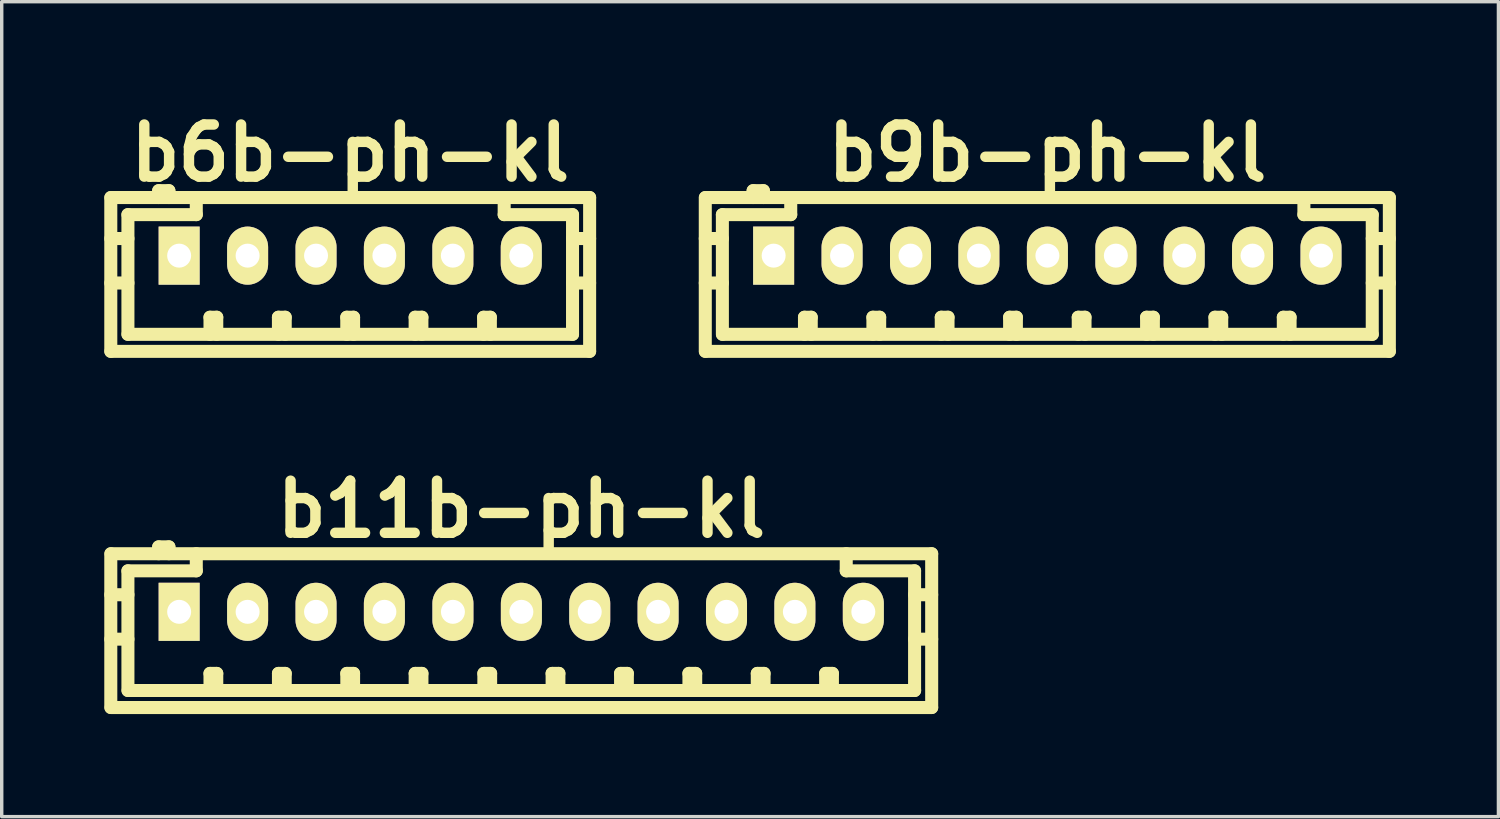
<source format=kicad_pcb>
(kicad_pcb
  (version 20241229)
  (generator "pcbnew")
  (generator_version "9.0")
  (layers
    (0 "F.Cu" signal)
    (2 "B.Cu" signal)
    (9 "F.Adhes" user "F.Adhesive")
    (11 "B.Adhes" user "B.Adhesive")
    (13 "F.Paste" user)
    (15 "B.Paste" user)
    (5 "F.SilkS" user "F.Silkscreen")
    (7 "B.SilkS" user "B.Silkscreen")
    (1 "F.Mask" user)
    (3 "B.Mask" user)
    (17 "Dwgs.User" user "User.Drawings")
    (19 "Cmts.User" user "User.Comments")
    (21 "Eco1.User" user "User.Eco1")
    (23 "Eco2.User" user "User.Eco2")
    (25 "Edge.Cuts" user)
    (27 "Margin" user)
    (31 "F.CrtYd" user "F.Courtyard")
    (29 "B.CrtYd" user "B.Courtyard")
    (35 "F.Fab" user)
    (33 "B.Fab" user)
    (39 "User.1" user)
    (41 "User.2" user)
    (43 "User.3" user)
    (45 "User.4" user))
  (footprint "b6b-ph-kl"
    (layer "F.Cu")
    (at 7.193 4.426)
    (property "Reference" "b6b-ph-kl" (at 0 -3 0) (layer "F.SilkS") (effects (font (size 1.524 1.524) (thickness 0.305))))
    (attr through_hole)
    (fp_line (start -7.003 -1.699) (end -7.003 2.799) (stroke (width 0.381) (type solid)) (layer "F.SilkS"))
    (fp_line (start -7 2.799) (end 7 2.799) (stroke (width 0.381) (type solid)) (layer "F.SilkS"))
    (fp_line (start -6.502 -1.199) (end -6.502 2.301) (stroke (width 0.381) (type solid)) (layer "F.SilkS"))
    (fp_line (start -6.502 -0.5) (end -7.003 -0.5) (stroke (width 0.381) (type solid)) (layer "F.SilkS"))
    (fp_line (start -6.502 0.8) (end -7.003 0.8) (stroke (width 0.381) (type solid)) (layer "F.SilkS"))
    (fp_line (start -5.603 -1.9) (end -5.603 -1.699) (stroke (width 0.381) (type solid)) (layer "F.SilkS"))
    (fp_line (start -5.304 -1.9) (end -5.603 -1.9) (stroke (width 0.381) (type solid)) (layer "F.SilkS"))
    (fp_line (start -5.304 -1.699) (end -5.304 -1.9) (stroke (width 0.381) (type solid)) (layer "F.SilkS"))
    (fp_line (start -4.503 -1.699) (end -4.503 -1.199) (stroke (width 0.381) (type solid)) (layer "F.SilkS"))
    (fp_line (start -4.503 -1.199) (end -6.502 -1.199) (stroke (width 0.381) (type solid)) (layer "F.SilkS"))
    (fp_line (start -4.102 1.801) (end -3.904 1.801) (stroke (width 0.381) (type solid)) (layer "F.SilkS"))
    (fp_line (start -4.102 2.301) (end -4.102 1.801) (stroke (width 0.381) (type solid)) (layer "F.SilkS"))
    (fp_line (start -3.904 1.801) (end -3.904 2.301) (stroke (width 0.381) (type solid)) (layer "F.SilkS"))
    (fp_line (start -2.101 1.801) (end -1.902 1.801) (stroke (width 0.381) (type solid)) (layer "F.SilkS"))
    (fp_line (start -2.101 2.301) (end -2.101 1.801) (stroke (width 0.381) (type solid)) (layer "F.SilkS"))
    (fp_line (start -1.902 1.801) (end -1.902 2.301) (stroke (width 0.381) (type solid)) (layer "F.SilkS"))
    (fp_line (start -0.102 1.801) (end 0.097 1.801) (stroke (width 0.381) (type solid)) (layer "F.SilkS"))
    (fp_line (start -0.102 2.301) (end -0.102 1.801) (stroke (width 0.381) (type solid)) (layer "F.SilkS"))
    (fp_line (start 0.097 1.801) (end 0.097 2.301) (stroke (width 0.381) (type solid)) (layer "F.SilkS"))
    (fp_line (start 1.897 1.801) (end 2.095 1.801) (stroke (width 0.381) (type solid)) (layer "F.SilkS"))
    (fp_line (start 1.897 2.301) (end 1.897 1.801) (stroke (width 0.381) (type solid)) (layer "F.SilkS"))
    (fp_line (start 2.095 1.801) (end 2.095 2.301) (stroke (width 0.381) (type solid)) (layer "F.SilkS"))
    (fp_line (start 3.899 1.801) (end 4.097 1.801) (stroke (width 0.381) (type solid)) (layer "F.SilkS"))
    (fp_line (start 3.899 2.301) (end 3.899 1.801) (stroke (width 0.381) (type solid)) (layer "F.SilkS"))
    (fp_line (start 4.097 1.801) (end 4.097 2.301) (stroke (width 0.381) (type solid)) (layer "F.SilkS"))
    (fp_line (start 4.501 -1.199) (end 4.501 -1.699) (stroke (width 0.381) (type solid)) (layer "F.SilkS"))
    (fp_line (start 6.5 -1.199) (end 4.501 -1.199) (stroke (width 0.381) (type solid)) (layer "F.SilkS"))
    (fp_line (start 6.5 0.8) (end 7 0.8) (stroke (width 0.381) (type solid)) (layer "F.SilkS"))
    (fp_line (start 6.5 2.301) (end -6.5 2.301) (stroke (width 0.381) (type solid)) (layer "F.SilkS"))
    (fp_line (start 6.5 2.301) (end 6.5 -1.199) (stroke (width 0.381) (type solid)) (layer "F.SilkS"))
    (fp_line (start 7 -1.699) (end -7 -1.699) (stroke (width 0.381) (type solid)) (layer "F.SilkS"))
    (fp_line (start 7 -1.699) (end 7 2.799) (stroke (width 0.381) (type solid)) (layer "F.SilkS"))
    (fp_line (start 7 -0.5) (end 6.5 -0.5) (stroke (width 0.381) (type solid)) (layer "F.SilkS"))
    (pad "1" thru_hole rect (at -5.004 0) (size 1.199 1.699) (drill 0.701) (layers "*.Cu" "*.Mask" "F.SilkS"))
    (pad "2" thru_hole oval (at -3.002 0) (size 1.199 1.699) (drill 0.701) (layers "*.Cu" "*.Mask" "F.SilkS"))
    (pad "3" thru_hole oval (at -1.001 0) (size 1.199 1.699) (drill 0.701) (layers "*.Cu" "*.Mask" "F.SilkS"))
    (pad "4" thru_hole oval (at 0.998 0) (size 1.199 1.699) (drill 0.701) (layers "*.Cu" "*.Mask" "F.SilkS"))
    (pad "5" thru_hole oval (at 3 0) (size 1.199 1.699) (drill 0.701) (layers "*.Cu" "*.Mask" "F.SilkS"))
    (pad "6" thru_hole oval (at 5.001 0) (size 1.199 1.699) (drill 0.701) (layers "*.Cu" "*.Mask" "F.SilkS")))
  (footprint "b11b-ph-kl"
    (layer "F.Cu")
    (at 12.197 14.842)
    (property "Reference" "b11b-ph-kl" (at 0 -3 0) (layer "F.SilkS") (effects (font (size 1.524 1.524) (thickness 0.305))))
    (attr through_hole)
    (fp_line (start -12.007 -1.699) (end -12.007 2.799) (stroke (width 0.381) (type solid)) (layer "F.SilkS"))
    (fp_line (start -11.506 -1.199) (end -11.506 2.301) (stroke (width 0.381) (type solid)) (layer "F.SilkS"))
    (fp_line (start -11.506 -0.5) (end -12.007 -0.5) (stroke (width 0.381) (type solid)) (layer "F.SilkS"))
    (fp_line (start -11.506 0.8) (end -12.007 0.8) (stroke (width 0.381) (type solid)) (layer "F.SilkS"))
    (fp_line (start -11.501 2.301) (end 11.501 2.301) (stroke (width 0.381) (type solid)) (layer "F.SilkS"))
    (fp_line (start -10.607 -1.9) (end -10.607 -1.699) (stroke (width 0.381) (type solid)) (layer "F.SilkS"))
    (fp_line (start -10.307 -1.9) (end -10.607 -1.9) (stroke (width 0.381) (type solid)) (layer "F.SilkS"))
    (fp_line (start -10.307 -1.699) (end -10.307 -1.9) (stroke (width 0.381) (type solid)) (layer "F.SilkS"))
    (fp_line (start -9.507 -1.699) (end -9.507 -1.199) (stroke (width 0.381) (type solid)) (layer "F.SilkS"))
    (fp_line (start -9.507 -1.199) (end -11.506 -1.199) (stroke (width 0.381) (type solid)) (layer "F.SilkS"))
    (fp_line (start -9.106 1.801) (end -8.908 1.801) (stroke (width 0.381) (type solid)) (layer "F.SilkS"))
    (fp_line (start -9.106 2.301) (end -9.106 1.801) (stroke (width 0.381) (type solid)) (layer "F.SilkS"))
    (fp_line (start -8.908 1.801) (end -8.908 2.301) (stroke (width 0.381) (type solid)) (layer "F.SilkS"))
    (fp_line (start -7.104 1.801) (end -6.906 1.801) (stroke (width 0.381) (type solid)) (layer "F.SilkS"))
    (fp_line (start -7.104 2.301) (end -7.104 1.801) (stroke (width 0.381) (type solid)) (layer "F.SilkS"))
    (fp_line (start -6.906 1.801) (end -6.906 2.301) (stroke (width 0.381) (type solid)) (layer "F.SilkS"))
    (fp_line (start -5.105 1.801) (end -4.907 1.801) (stroke (width 0.381) (type solid)) (layer "F.SilkS"))
    (fp_line (start -5.105 2.301) (end -5.105 1.801) (stroke (width 0.381) (type solid)) (layer "F.SilkS"))
    (fp_line (start -4.907 1.801) (end -4.907 2.301) (stroke (width 0.381) (type solid)) (layer "F.SilkS"))
    (fp_line (start -3.106 1.801) (end -2.908 1.801) (stroke (width 0.381) (type solid)) (layer "F.SilkS"))
    (fp_line (start -3.106 2.301) (end -3.106 1.801) (stroke (width 0.381) (type solid)) (layer "F.SilkS"))
    (fp_line (start -2.908 1.801) (end -2.908 2.301) (stroke (width 0.381) (type solid)) (layer "F.SilkS"))
    (fp_line (start -1.097 1.801) (end -0.899 1.801) (stroke (width 0.381) (type solid)) (layer "F.SilkS"))
    (fp_line (start -1.097 2.301) (end -1.097 1.801) (stroke (width 0.381) (type solid)) (layer "F.SilkS"))
    (fp_line (start -0.899 1.801) (end -0.899 2.301) (stroke (width 0.381) (type solid)) (layer "F.SilkS"))
    (fp_line (start 0.899 1.801) (end 1.097 1.801) (stroke (width 0.381) (type solid)) (layer "F.SilkS"))
    (fp_line (start 0.899 2.301) (end 0.899 1.801) (stroke (width 0.381) (type solid)) (layer "F.SilkS"))
    (fp_line (start 1.097 1.801) (end 1.097 2.301) (stroke (width 0.381) (type solid)) (layer "F.SilkS"))
    (fp_line (start 2.901 1.801) (end 3.099 1.801) (stroke (width 0.381) (type solid)) (layer "F.SilkS"))
    (fp_line (start 2.901 2.301) (end 2.901 1.801) (stroke (width 0.381) (type solid)) (layer "F.SilkS"))
    (fp_line (start 3.099 1.801) (end 3.099 2.301) (stroke (width 0.381) (type solid)) (layer "F.SilkS"))
    (fp_line (start 4.9 1.801) (end 5.098 1.801) (stroke (width 0.381) (type solid)) (layer "F.SilkS"))
    (fp_line (start 4.9 2.301) (end 4.9 1.801) (stroke (width 0.381) (type solid)) (layer "F.SilkS"))
    (fp_line (start 5.098 1.801) (end 5.098 2.301) (stroke (width 0.381) (type solid)) (layer "F.SilkS"))
    (fp_line (start 6.899 1.801) (end 7.097 1.801) (stroke (width 0.381) (type solid)) (layer "F.SilkS"))
    (fp_line (start 6.899 2.301) (end 6.899 1.801) (stroke (width 0.381) (type solid)) (layer "F.SilkS"))
    (fp_line (start 7.097 1.801) (end 7.097 2.301) (stroke (width 0.381) (type solid)) (layer "F.SilkS"))
    (fp_line (start 8.898 1.801) (end 9.096 1.801) (stroke (width 0.381) (type solid)) (layer "F.SilkS"))
    (fp_line (start 8.898 2.301) (end 8.898 1.801) (stroke (width 0.381) (type solid)) (layer "F.SilkS"))
    (fp_line (start 9.096 1.801) (end 9.096 2.301) (stroke (width 0.381) (type solid)) (layer "F.SilkS"))
    (fp_line (start 9.5 -1.199) (end 9.5 -1.699) (stroke (width 0.381) (type solid)) (layer "F.SilkS"))
    (fp_line (start 11.499 -1.199) (end 9.5 -1.199) (stroke (width 0.381) (type solid)) (layer "F.SilkS"))
    (fp_line (start 11.499 0.8) (end 11.999 0.8) (stroke (width 0.381) (type solid)) (layer "F.SilkS"))
    (fp_line (start 11.499 2.301) (end 11.499 -1.199) (stroke (width 0.381) (type solid)) (layer "F.SilkS"))
    (fp_line (start 11.999 -1.699) (end -11.999 -1.699) (stroke (width 0.381) (type solid)) (layer "F.SilkS"))
    (fp_line (start 11.999 -1.699) (end 11.999 2.799) (stroke (width 0.381) (type solid)) (layer "F.SilkS"))
    (fp_line (start 11.999 -0.5) (end 11.499 -0.5) (stroke (width 0.381) (type solid)) (layer "F.SilkS"))
    (fp_line (start 11.999 2.799) (end -11.999 2.799) (stroke (width 0.381) (type solid)) (layer "F.SilkS"))
    (pad "1" thru_hole rect (at -10.008 0) (size 1.199 1.699) (drill 0.701) (layers "*.Cu" "*.Mask" "F.SilkS"))
    (pad "2" thru_hole oval (at -8.006 0) (size 1.199 1.699) (drill 0.701) (layers "*.Cu" "*.Mask" "F.SilkS"))
    (pad "3" thru_hole oval (at -6.005 0) (size 1.199 1.699) (drill 0.701) (layers "*.Cu" "*.Mask" "F.SilkS"))
    (pad "4" thru_hole oval (at -4.006 0) (size 1.199 1.699) (drill 0.701) (layers "*.Cu" "*.Mask" "F.SilkS"))
    (pad "5" thru_hole oval (at -2.002 0) (size 1.199 1.699) (drill 0.701) (layers "*.Cu" "*.Mask" "F.SilkS"))
    (pad "6" thru_hole oval (at 0 0) (size 1.199 1.699) (drill 0.701) (layers "*.Cu" "*.Mask" "F.SilkS"))
    (pad "7" thru_hole oval (at 1.999 0) (size 1.199 1.699) (drill 0.701) (layers "*.Cu" "*.Mask" "F.SilkS"))
    (pad "8" thru_hole oval (at 3.998 0) (size 1.199 1.699) (drill 0.701) (layers "*.Cu" "*.Mask" "F.SilkS"))
    (pad "9" thru_hole oval (at 5.999 0) (size 1.199 1.699) (drill 0.701) (layers "*.Cu" "*.Mask" "F.SilkS"))
    (pad "10" thru_hole oval (at 7.998 0) (size 1.199 1.699) (drill 0.701) (layers "*.Cu" "*.Mask" "F.SilkS"))
    (pad "11" thru_hole oval (at 10 0) (size 1.199 1.699) (drill 0.701) (layers "*.Cu" "*.Mask" "F.SilkS")))
  (footprint "b9b-ph-kl"
    (layer "F.Cu")
    (at 27.58 4.426)
    (property "Reference" "b9b-ph-kl" (at 0 -3 0) (layer "F.SilkS") (effects (font (size 1.524 1.524) (thickness 0.305))))
    (attr through_hole)
    (fp_line (start -10.005 -1.699) (end -10.005 2.799) (stroke (width 0.381) (type solid)) (layer "F.SilkS"))
    (fp_line (start -9.505 -1.199) (end -9.505 2.301) (stroke (width 0.381) (type solid)) (layer "F.SilkS"))
    (fp_line (start -9.505 -0.5) (end -10.005 -0.5) (stroke (width 0.381) (type solid)) (layer "F.SilkS"))
    (fp_line (start -9.505 0.8) (end -10.005 0.8) (stroke (width 0.381) (type solid)) (layer "F.SilkS"))
    (fp_line (start -9.5 2.301) (end 9.5 2.301) (stroke (width 0.381) (type solid)) (layer "F.SilkS"))
    (fp_line (start -8.606 -1.9) (end -8.606 -1.699) (stroke (width 0.381) (type solid)) (layer "F.SilkS"))
    (fp_line (start -8.306 -1.9) (end -8.606 -1.9) (stroke (width 0.381) (type solid)) (layer "F.SilkS"))
    (fp_line (start -8.306 -1.699) (end -8.306 -1.9) (stroke (width 0.381) (type solid)) (layer "F.SilkS"))
    (fp_line (start -7.506 -1.699) (end -7.506 -1.199) (stroke (width 0.381) (type solid)) (layer "F.SilkS"))
    (fp_line (start -7.506 -1.199) (end -9.505 -1.199) (stroke (width 0.381) (type solid)) (layer "F.SilkS"))
    (fp_line (start -7.104 1.801) (end -6.906 1.801) (stroke (width 0.381) (type solid)) (layer "F.SilkS"))
    (fp_line (start -7.104 2.301) (end -7.104 1.801) (stroke (width 0.381) (type solid)) (layer "F.SilkS"))
    (fp_line (start -6.906 1.801) (end -6.906 2.301) (stroke (width 0.381) (type solid)) (layer "F.SilkS"))
    (fp_line (start -5.103 1.801) (end -4.905 1.801) (stroke (width 0.381) (type solid)) (layer "F.SilkS"))
    (fp_line (start -5.103 2.301) (end -5.103 1.801) (stroke (width 0.381) (type solid)) (layer "F.SilkS"))
    (fp_line (start -4.905 1.801) (end -4.905 2.301) (stroke (width 0.381) (type solid)) (layer "F.SilkS"))
    (fp_line (start -3.104 1.801) (end -2.906 1.801) (stroke (width 0.381) (type solid)) (layer "F.SilkS"))
    (fp_line (start -3.104 2.301) (end -3.104 1.801) (stroke (width 0.381) (type solid)) (layer "F.SilkS"))
    (fp_line (start -2.906 1.801) (end -2.906 2.301) (stroke (width 0.381) (type solid)) (layer "F.SilkS"))
    (fp_line (start -1.105 1.801) (end -0.907 1.801) (stroke (width 0.381) (type solid)) (layer "F.SilkS"))
    (fp_line (start -1.105 2.301) (end -1.105 1.801) (stroke (width 0.381) (type solid)) (layer "F.SilkS"))
    (fp_line (start -0.907 1.801) (end -0.907 2.301) (stroke (width 0.381) (type solid)) (layer "F.SilkS"))
    (fp_line (start 0.902 1.801) (end 1.1 1.801) (stroke (width 0.381) (type solid)) (layer "F.SilkS"))
    (fp_line (start 0.902 2.301) (end 0.902 1.801) (stroke (width 0.381) (type solid)) (layer "F.SilkS"))
    (fp_line (start 1.1 1.801) (end 1.1 2.301) (stroke (width 0.381) (type solid)) (layer "F.SilkS"))
    (fp_line (start 2.901 1.801) (end 3.099 1.801) (stroke (width 0.381) (type solid)) (layer "F.SilkS"))
    (fp_line (start 2.901 2.301) (end 2.901 1.801) (stroke (width 0.381) (type solid)) (layer "F.SilkS"))
    (fp_line (start 3.099 1.801) (end 3.099 2.301) (stroke (width 0.381) (type solid)) (layer "F.SilkS"))
    (fp_line (start 4.9 1.801) (end 5.098 1.801) (stroke (width 0.381) (type solid)) (layer "F.SilkS"))
    (fp_line (start 4.9 2.301) (end 4.9 1.801) (stroke (width 0.381) (type solid)) (layer "F.SilkS"))
    (fp_line (start 5.098 1.801) (end 5.098 2.301) (stroke (width 0.381) (type solid)) (layer "F.SilkS"))
    (fp_line (start 6.899 1.801) (end 7.097 1.801) (stroke (width 0.381) (type solid)) (layer "F.SilkS"))
    (fp_line (start 6.899 2.301) (end 6.899 1.801) (stroke (width 0.381) (type solid)) (layer "F.SilkS"))
    (fp_line (start 7.097 1.801) (end 7.097 2.301) (stroke (width 0.381) (type solid)) (layer "F.SilkS"))
    (fp_line (start 7.501 -1.199) (end 7.501 -1.699) (stroke (width 0.381) (type solid)) (layer "F.SilkS"))
    (fp_line (start 9.5 -1.199) (end 7.501 -1.199) (stroke (width 0.381) (type solid)) (layer "F.SilkS"))
    (fp_line (start 9.5 0.8) (end 10 0.8) (stroke (width 0.381) (type solid)) (layer "F.SilkS"))
    (fp_line (start 9.5 2.301) (end 9.5 -1.199) (stroke (width 0.381) (type solid)) (layer "F.SilkS"))
    (fp_line (start 10 -1.699) (end -10 -1.699) (stroke (width 0.381) (type solid)) (layer "F.SilkS"))
    (fp_line (start 10 -1.699) (end 10 2.799) (stroke (width 0.381) (type solid)) (layer "F.SilkS"))
    (fp_line (start 10 -0.5) (end 9.5 -0.5) (stroke (width 0.381) (type solid)) (layer "F.SilkS"))
    (fp_line (start 10 2.799) (end -10 2.799) (stroke (width 0.381) (type solid)) (layer "F.SilkS"))
    (pad "1" thru_hole rect (at -8.006 0) (size 1.199 1.699) (drill 0.701) (layers "*.Cu" "*.Mask" "F.SilkS"))
    (pad "2" thru_hole oval (at -6.005 0) (size 1.199 1.699) (drill 0.701) (layers "*.Cu" "*.Mask" "F.SilkS"))
    (pad "3" thru_hole oval (at -4.003 0) (size 1.199 1.699) (drill 0.701) (layers "*.Cu" "*.Mask" "F.SilkS"))
    (pad "4" thru_hole oval (at -2.004 0) (size 1.199 1.699) (drill 0.701) (layers "*.Cu" "*.Mask" "F.SilkS"))
    (pad "5" thru_hole oval (at 0 0) (size 1.199 1.699) (drill 0.701) (layers "*.Cu" "*.Mask" "F.SilkS"))
    (pad "6" thru_hole oval (at 2.002 0) (size 1.199 1.699) (drill 0.701) (layers "*.Cu" "*.Mask" "F.SilkS"))
    (pad "7" thru_hole oval (at 4 0) (size 1.199 1.699) (drill 0.701) (layers "*.Cu" "*.Mask" "F.SilkS"))
    (pad "8" thru_hole oval (at 5.999 0) (size 1.199 1.699) (drill 0.701) (layers "*.Cu" "*.Mask" "F.SilkS"))
    (pad "9" thru_hole oval (at 8.001 0) (size 1.199 1.699) (drill 0.701) (layers "*.Cu" "*.Mask" "F.SilkS")))
  (gr_rect
    (start -3 -3)
    (end 40.77 20.832)
    (stroke (width 0.1) (type default))
    (fill no)
    (layer "Edge.Cuts")))
</source>
